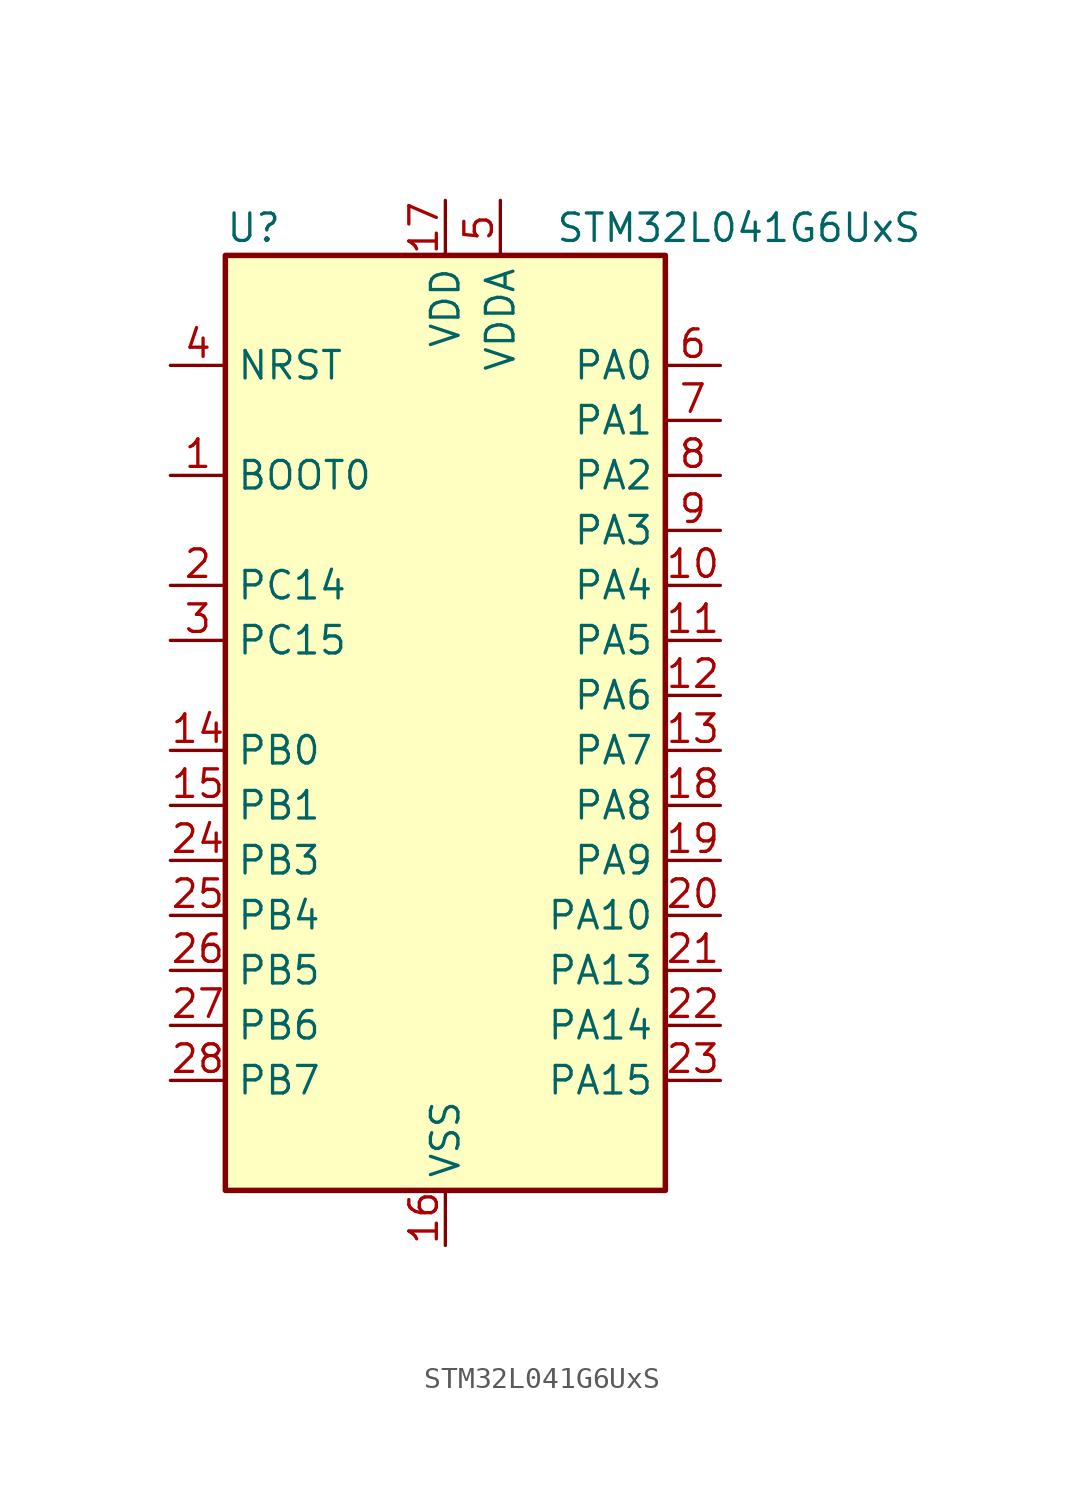
<source format=kicad_sym>
(kicad_symbol_lib
  (version 20241209)
  (generator "kicad_symbol_editor")
  (generator_version "9.0")
  (symbol "STM32L041G6UxS"
    (property "Reference" "U"
      (at -10.16 24.13 0)
      (effects (font (size 1.27 1.27)) (justify left)))
    (property "Value" "STM32L041G6UxS"
      (at 5.08 24.13 0)
      (effects (font (size 1.27 1.27)) (justify left)))
    (symbol "STM32L041G6UxS_0_1"
      (rectangle (start -10.16 -20.32) (end 10.16 22.86) (stroke (width 0.254) (type default)) (fill (type background))))
    (symbol "STM32L041G6UxS_1_1"
      (pin input line (at -12.7 17.78 0) (length 2.54) (name "NRST" (effects (font (size 1.27 1.27)))) (number "4" (effects (font (size 1.27 1.27)))))
      (pin input line (at -12.7 12.7 0) (length 2.54) (name "BOOT0" (effects (font (size 1.27 1.27)))) (number "1" (effects (font (size 1.27 1.27)))))
      (pin bidirectional line (at -12.7 7.62 0) (length 2.54) (name "PC14" (effects (font (size 1.27 1.27)))) (number "2" (effects (font (size 1.27 1.27)))) (alternate "RCC_OSC32_IN" bidirectional line))
      (pin bidirectional line (at -12.7 5.08 0) (length 2.54) (name "PC15" (effects (font (size 1.27 1.27)))) (number "3" (effects (font (size 1.27 1.27)))) (alternate "RCC_OSC32_OUT" bidirectional line))
      (pin bidirectional line (at -12.7 0 0) (length 2.54) (name "PB0" (effects (font (size 1.27 1.27)))) (number "14" (effects (font (size 1.27 1.27)))) (alternate "ADC_IN8" bidirectional line) (alternate "SPI1_MISO" bidirectional line) (alternate "SYS_VREF_OUT_PB0" bidirectional line) (alternate "TIM2_CH3" bidirectional line) (alternate "USART2_DE" bidirectional line) (alternate "USART2_RTS" bidirectional line))
      (pin bidirectional line (at -12.7 -2.54 0) (length 2.54) (name "PB1" (effects (font (size 1.27 1.27)))) (number "15" (effects (font (size 1.27 1.27)))) (alternate "ADC_IN9" bidirectional line) (alternate "LPUART1_DE" bidirectional line) (alternate "LPUART1_RTS" bidirectional line) (alternate "SPI1_MOSI" bidirectional line) (alternate "SYS_VREF_OUT_PB1" bidirectional line) (alternate "TIM2_CH4" bidirectional line) (alternate "USART2_CK" bidirectional line))
      (pin bidirectional line (at -12.7 -5.08 0) (length 2.54) (name "PB3" (effects (font (size 1.27 1.27)))) (number "24" (effects (font (size 1.27 1.27)))) (alternate "COMP2_INM" bidirectional line) (alternate "SPI1_SCK" bidirectional line) (alternate "TIM2_CH2" bidirectional line))
      (pin bidirectional line (at -12.7 -7.62 0) (length 2.54) (name "PB4" (effects (font (size 1.27 1.27)))) (number "25" (effects (font (size 1.27 1.27)))) (alternate "COMP2_INP" bidirectional line) (alternate "SPI1_MISO" bidirectional line) (alternate "TIM22_CH1" bidirectional line))
      (pin bidirectional line (at -12.7 -10.16 0) (length 2.54) (name "PB5" (effects (font (size 1.27 1.27)))) (number "26" (effects (font (size 1.27 1.27)))) (alternate "COMP2_INP" bidirectional line) (alternate "I2C1_SMBA" bidirectional line) (alternate "LPTIM1_IN1" bidirectional line) (alternate "SPI1_MOSI" bidirectional line) (alternate "TIM22_CH2" bidirectional line))
      (pin bidirectional line (at -12.7 -12.7 0) (length 2.54) (name "PB6" (effects (font (size 1.27 1.27)))) (number "27" (effects (font (size 1.27 1.27)))) (alternate "COMP2_INP" bidirectional line) (alternate "I2C1_SCL" bidirectional line) (alternate "LPTIM1_ETR" bidirectional line) (alternate "TIM21_CH1" bidirectional line) (alternate "USART2_TX" bidirectional line))
      (pin bidirectional line (at -12.7 -15.24 0) (length 2.54) (name "PB7" (effects (font (size 1.27 1.27)))) (number "28" (effects (font (size 1.27 1.27)))) (alternate "COMP2_INP" bidirectional line) (alternate "I2C1_SDA" bidirectional line) (alternate "LPTIM1_IN2" bidirectional line) (alternate "SYS_PVD_IN" bidirectional line) (alternate "USART2_RX" bidirectional line))
      (pin power_in line (at 0 25.4 270) (length 2.54) (name "VDD" (effects (font (size 1.27 1.27)))) (number "17" (effects (font (size 1.27 1.27)))))
      (pin power_in line (at 0 -22.86 90) (length 2.54) (name "VSS" (effects (font (size 1.27 1.27)))) (number "16" (effects (font (size 1.27 1.27)))))
      (pin power_in line (at 2.54 25.4 270) (length 2.54) (name "VDDA" (effects (font (size 1.27 1.27)))) (number "5" (effects (font (size 1.27 1.27)))))
      (pin bidirectional line (at 12.7 17.78 180) (length 2.54) (name "PA0" (effects (font (size 1.27 1.27)))) (number "6" (effects (font (size 1.27 1.27)))) (alternate "ADC_IN0" bidirectional line) (alternate "COMP1_INM" bidirectional line) (alternate "COMP1_OUT" bidirectional line) (alternate "LPTIM1_IN1" bidirectional line) (alternate "RCC_CK_IN" bidirectional line) (alternate "RTC_TAMP2" bidirectional line) (alternate "SYS_WKUP1" bidirectional line) (alternate "TIM2_CH1" bidirectional line) (alternate "TIM2_ETR" bidirectional line) (alternate "USART2_CTS" bidirectional line))
      (pin bidirectional line (at 12.7 15.24 180) (length 2.54) (name "PA1" (effects (font (size 1.27 1.27)))) (number "7" (effects (font (size 1.27 1.27)))) (alternate "ADC_IN1" bidirectional line) (alternate "COMP1_INP" bidirectional line) (alternate "I2C1_SMBA" bidirectional line) (alternate "LPTIM1_IN2" bidirectional line) (alternate "TIM21_ETR" bidirectional line) (alternate "TIM2_CH2" bidirectional line) (alternate "USART2_DE" bidirectional line) (alternate "USART2_RTS" bidirectional line))
      (pin bidirectional line (at 12.7 12.7 180) (length 2.54) (name "PA2" (effects (font (size 1.27 1.27)))) (number "8" (effects (font (size 1.27 1.27)))) (alternate "ADC_IN2" bidirectional line) (alternate "COMP2_INM" bidirectional line) (alternate "COMP2_OUT" bidirectional line) (alternate "LPUART1_TX" bidirectional line) (alternate "RTC_OUT_ALARM" bidirectional line) (alternate "RTC_OUT_CALIB" bidirectional line) (alternate "RTC_TAMP3" bidirectional line) (alternate "RTC_TS" bidirectional line) (alternate "SYS_WKUP3" bidirectional line) (alternate "TIM21_CH1" bidirectional line) (alternate "TIM2_CH3" bidirectional line) (alternate "USART2_TX" bidirectional line))
      (pin bidirectional line (at 12.7 10.16 180) (length 2.54) (name "PA3" (effects (font (size 1.27 1.27)))) (number "9" (effects (font (size 1.27 1.27)))) (alternate "ADC_IN3" bidirectional line) (alternate "COMP2_INP" bidirectional line) (alternate "LPUART1_RX" bidirectional line) (alternate "TIM21_CH2" bidirectional line) (alternate "TIM2_CH4" bidirectional line) (alternate "USART2_RX" bidirectional line))
      (pin bidirectional line (at 12.7 7.62 180) (length 2.54) (name "PA4" (effects (font (size 1.27 1.27)))) (number "10" (effects (font (size 1.27 1.27)))) (alternate "ADC_IN4" bidirectional line) (alternate "COMP1_INM" bidirectional line) (alternate "COMP2_INM" bidirectional line) (alternate "LPTIM1_IN1" bidirectional line) (alternate "SPI1_NSS" bidirectional line) (alternate "TIM22_ETR" bidirectional line) (alternate "USART2_CK" bidirectional line))
      (pin bidirectional line (at 12.7 5.08 180) (length 2.54) (name "PA5" (effects (font (size 1.27 1.27)))) (number "11" (effects (font (size 1.27 1.27)))) (alternate "ADC_IN5" bidirectional line) (alternate "COMP1_INM" bidirectional line) (alternate "COMP2_INM" bidirectional line) (alternate "LPTIM1_IN2" bidirectional line) (alternate "SPI1_SCK" bidirectional line) (alternate "TIM2_CH1" bidirectional line) (alternate "TIM2_ETR" bidirectional line))
      (pin bidirectional line (at 12.7 2.54 180) (length 2.54) (name "PA6" (effects (font (size 1.27 1.27)))) (number "12" (effects (font (size 1.27 1.27)))) (alternate "ADC_IN6" bidirectional line) (alternate "COMP1_OUT" bidirectional line) (alternate "LPTIM1_ETR" bidirectional line) (alternate "LPUART1_CTS" bidirectional line) (alternate "SPI1_MISO" bidirectional line) (alternate "TIM22_CH1" bidirectional line))
      (pin bidirectional line (at 12.7 0 180) (length 2.54) (name "PA7" (effects (font (size 1.27 1.27)))) (number "13" (effects (font (size 1.27 1.27)))) (alternate "ADC_IN7" bidirectional line) (alternate "COMP2_OUT" bidirectional line) (alternate "LPTIM1_OUT" bidirectional line) (alternate "SPI1_MOSI" bidirectional line) (alternate "TIM22_CH2" bidirectional line) (alternate "USART2_CTS" bidirectional line))
      (pin bidirectional line (at 12.7 -2.54 180) (length 2.54) (name "PA8" (effects (font (size 1.27 1.27)))) (number "18" (effects (font (size 1.27 1.27)))) (alternate "LPTIM1_IN1" bidirectional line) (alternate "RCC_MCO" bidirectional line) (alternate "TIM2_CH1" bidirectional line) (alternate "USART2_CK" bidirectional line))
      (pin bidirectional line (at 12.7 -5.08 180) (length 2.54) (name "PA9" (effects (font (size 1.27 1.27)))) (number "19" (effects (font (size 1.27 1.27)))) (alternate "I2C1_SCL" bidirectional line) (alternate "RCC_MCO" bidirectional line) (alternate "TIM22_CH1" bidirectional line) (alternate "USART2_TX" bidirectional line))
      (pin bidirectional line (at 12.7 -7.62 180) (length 2.54) (name "PA10" (effects (font (size 1.27 1.27)))) (number "20" (effects (font (size 1.27 1.27)))) (alternate "I2C1_SDA" bidirectional line) (alternate "TIM22_CH2" bidirectional line) (alternate "USART2_RX" bidirectional line))
      (pin bidirectional line (at 12.7 -10.16 180) (length 2.54) (name "PA13" (effects (font (size 1.27 1.27)))) (number "21" (effects (font (size 1.27 1.27)))) (alternate "LPTIM1_ETR" bidirectional line) (alternate "LPUART1_RX" bidirectional line) (alternate "SYS_SWDIO" bidirectional line))
      (pin bidirectional line (at 12.7 -12.7 180) (length 2.54) (name "PA14" (effects (font (size 1.27 1.27)))) (number "22" (effects (font (size 1.27 1.27)))) (alternate "I2C1_SMBA" bidirectional line) (alternate "LPTIM1_OUT" bidirectional line) (alternate "LPUART1_TX" bidirectional line) (alternate "SYS_SWCLK" bidirectional line) (alternate "USART2_TX" bidirectional line))
      (pin bidirectional line (at 12.7 -15.24 180) (length 2.54) (name "PA15" (effects (font (size 1.27 1.27)))) (number "23" (effects (font (size 1.27 1.27)))) (alternate "SPI1_NSS" bidirectional line) (alternate "TIM2_CH1" bidirectional line) (alternate "TIM2_ETR" bidirectional line) (alternate "USART2_RX" bidirectional line)))))
</source>
